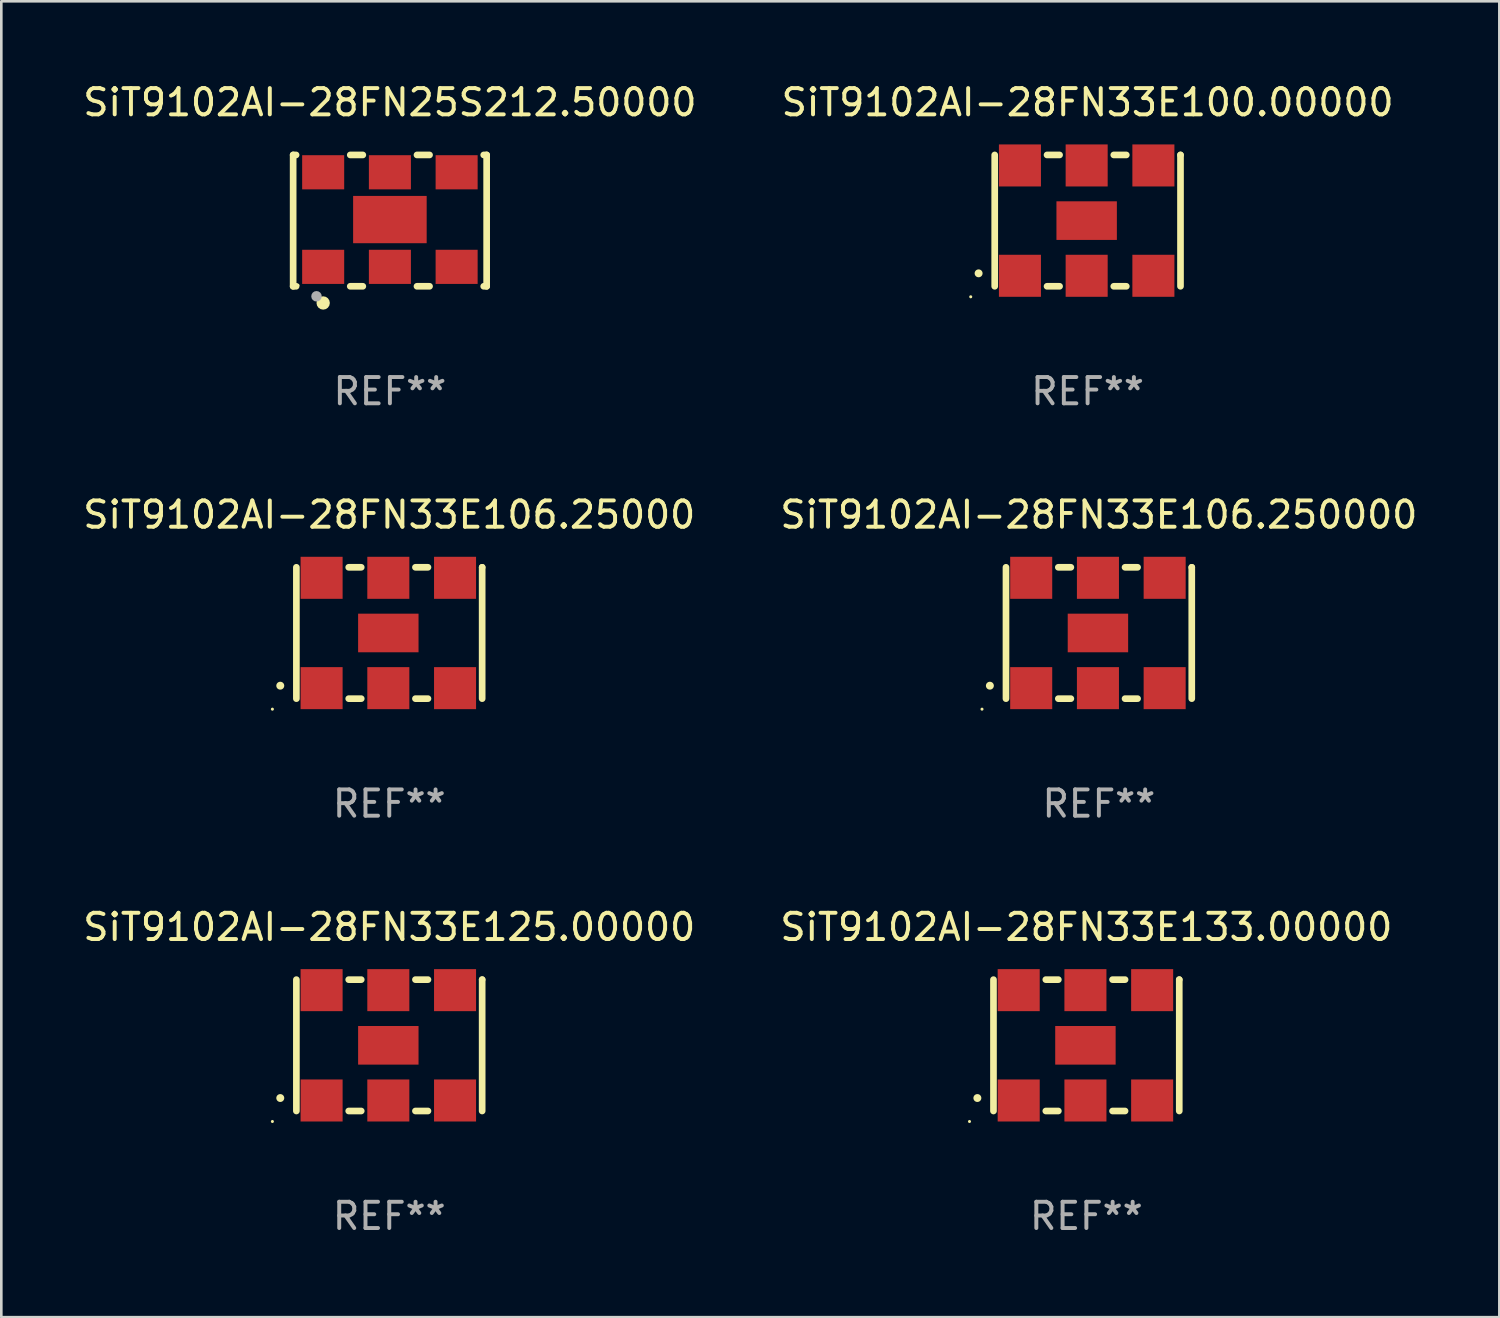
<source format=kicad_pcb>
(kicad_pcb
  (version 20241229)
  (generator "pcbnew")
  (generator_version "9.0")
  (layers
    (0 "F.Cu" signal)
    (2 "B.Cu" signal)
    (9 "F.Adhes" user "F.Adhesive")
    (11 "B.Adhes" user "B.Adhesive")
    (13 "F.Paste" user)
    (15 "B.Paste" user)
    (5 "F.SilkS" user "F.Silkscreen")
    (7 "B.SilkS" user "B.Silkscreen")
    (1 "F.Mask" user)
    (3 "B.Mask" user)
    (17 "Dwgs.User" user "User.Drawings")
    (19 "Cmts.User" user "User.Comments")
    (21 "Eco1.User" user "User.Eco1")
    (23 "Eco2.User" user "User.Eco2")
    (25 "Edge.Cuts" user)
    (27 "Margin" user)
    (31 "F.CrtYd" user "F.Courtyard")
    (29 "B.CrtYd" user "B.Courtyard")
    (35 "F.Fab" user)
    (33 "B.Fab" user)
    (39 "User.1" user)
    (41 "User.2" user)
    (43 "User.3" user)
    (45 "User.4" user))
  (footprint "SiT9102AI-28FN25S212.50000"
    (layer "F.Cu")
    (at 11.792 5.348)
    (property "Reference" "SiT9102AI-28FN25S212.50000" (at 0 -4.5 0) (layer "F.SilkS") (effects (font (size 1 1) (thickness 0.15))))
    (attr through_hole)
    (fp_line (start -3.683 -2.5) (end -3.571 -2.5) (stroke (width 0.254) (type solid)) (layer "F.SilkS"))
    (fp_line (start -3.683 2.5) (end -3.683 -2.5) (stroke (width 0.254) (type solid)) (layer "F.SilkS"))
    (fp_line (start -3.683 2.5) (end -3.571 2.5) (stroke (width 0.254) (type solid)) (layer "F.SilkS"))
    (fp_line (start -1.509 -2.5) (end -1.031 -2.5) (stroke (width 0.254) (type solid)) (layer "F.SilkS"))
    (fp_line (start -1.509 2.5) (end -1.031 2.5) (stroke (width 0.254) (type solid)) (layer "F.SilkS"))
    (fp_line (start 1.031 -2.5) (end 1.509 -2.5) (stroke (width 0.254) (type solid)) (layer "F.SilkS"))
    (fp_line (start 1.031 2.5) (end 1.509 2.5) (stroke (width 0.254) (type solid)) (layer "F.SilkS"))
    (fp_line (start 3.571 -2.5) (end 3.683 -2.5) (stroke (width 0.254) (type solid)) (layer "F.SilkS"))
    (fp_line (start 3.571 2.5) (end 3.683 2.5) (stroke (width 0.254) (type solid)) (layer "F.SilkS"))
    (fp_line (start 3.683 2.5) (end 3.683 -2.5) (stroke (width 0.254) (type solid)) (layer "F.SilkS"))
    (fp_circle (center -3.5 2.46) (end -3.47 2.46) (stroke (width 0.06) (type solid)) (fill no) (layer "F.SilkS"))
    (fp_circle (center -2.54 3.135) (end -2.413 3.135) (stroke (width 0.254) (type solid)) (fill no) (layer "F.SilkS"))
    (fp_circle (center -2.794 2.881) (end -2.694 2.881) (stroke (width 0.2) (type solid)) (fill no) (layer "F.Fab"))
    (fp_text user "REF**" (at 0 6.5 0) (layer "F.Fab") (effects (font (size 1 1) (thickness 0.15))))
    (pad "1" smd rect (at -2.54 1.76) (size 1.6 1.3) (layers "F.Cu" "F.Mask" "F.Paste"))
    (pad "2" smd rect (at 0 1.76) (size 1.6 1.3) (layers "F.Cu" "F.Mask" "F.Paste"))
    (pad "3" smd rect (at 2.54 1.76) (size 1.6 1.3) (layers "F.Cu" "F.Mask" "F.Paste"))
    (pad "4" smd rect (at 2.54 -1.84) (size 1.6 1.3) (layers "F.Cu" "F.Mask" "F.Paste"))
    (pad "5" smd rect (at 0 -1.84) (size 1.6 1.3) (layers "F.Cu" "F.Mask" "F.Paste"))
    (pad "6" smd rect (at -2.54 -1.84) (size 1.6 1.3) (layers "F.Cu" "F.Mask" "F.Paste"))
    (pad "7" smd rect (at 0 -0.04) (size 2.8 1.8) (layers "F.Cu" "F.Mask" "F.Paste")))
  (footprint "SiT9102AI-28FN33E100.00000"
    (layer "F.Cu")
    (at 38.351 5.348)
    (property "Reference" "SiT9102AI-28FN33E100.00000" (at 0 -4.5 0) (layer "F.SilkS") (effects (font (size 1 1) (thickness 0.15))))
    (attr through_hole)
    (fp_line (start -3.536 -2.5) (end -3.536 2.5) (stroke (width 0.254) (type solid)) (layer "F.SilkS"))
    (fp_line (start -1.544 2.5) (end -1.067 2.5) (stroke (width 0.254) (type solid)) (layer "F.SilkS"))
    (fp_line (start -1.067 -2.5) (end -1.544 -2.5) (stroke (width 0.254) (type solid)) (layer "F.SilkS"))
    (fp_line (start 0.996 2.5) (end 1.473 2.5) (stroke (width 0.254) (type solid)) (layer "F.SilkS"))
    (fp_line (start 1.473 -2.5) (end 0.996 -2.5) (stroke (width 0.254) (type solid)) (layer "F.SilkS"))
    (fp_line (start 3.536 -2.5) (end 3.536 -2.5) (stroke (width 0.254) (type solid)) (layer "F.SilkS"))
    (fp_line (start 3.536 2.5) (end 3.536 -2.5) (stroke (width 0.254) (type solid)) (layer "F.SilkS"))
    (fp_arc (start -4.150432 2.006604) (mid -4.149162 2.006599) (end -4.147892 2.006604) (stroke (width 0.3) (type solid)) (layer "F.SilkS"))
    (fp_circle (center -4.449 2.9) (end -4.419 2.9) (stroke (width 0.06) (type solid)) (fill no) (layer "F.SilkS"))
    (fp_text user "REF**" (at 0 6.5 0) (layer "F.Fab") (effects (font (size 1 1) (thickness 0.15))))
    (pad "1" smd rect (at -2.576 2.1) (size 1.6 1.6) (layers "F.Cu" "F.Mask" "F.Paste"))
    (pad "2" smd rect (at -0.036 2.1) (size 1.6 1.6) (layers "F.Cu" "F.Mask" "F.Paste"))
    (pad "3" smd rect (at 2.504 2.1) (size 1.6 1.6) (layers "F.Cu" "F.Mask" "F.Paste"))
    (pad "4" smd rect (at 2.504 -2.1) (size 1.6 1.6) (layers "F.Cu" "F.Mask" "F.Paste"))
    (pad "5" smd rect (at -0.036 -2.1) (size 1.6 1.6) (layers "F.Cu" "F.Mask" "F.Paste"))
    (pad "6" smd rect (at -2.576 -2.1) (size 1.6 1.6) (layers "F.Cu" "F.Mask" "F.Paste"))
    (pad "7" smd rect (at -0.036 0) (size 2.3 1.47) (layers "F.Cu" "F.Mask" "F.Paste")))
  (footprint "SiT9102AI-28FN33E125.00000"
    (layer "F.Cu")
    (at 11.768 36.741)
    (property "Reference" "SiT9102AI-28FN33E125.00000" (at 0 -4.5 0) (layer "F.SilkS") (effects (font (size 1 1) (thickness 0.15))))
    (attr through_hole)
    (fp_line (start -3.536 -2.5) (end -3.536 2.5) (stroke (width 0.254) (type solid)) (layer "F.SilkS"))
    (fp_line (start -1.544 2.5) (end -1.067 2.5) (stroke (width 0.254) (type solid)) (layer "F.SilkS"))
    (fp_line (start -1.067 -2.5) (end -1.544 -2.5) (stroke (width 0.254) (type solid)) (layer "F.SilkS"))
    (fp_line (start 0.996 2.5) (end 1.473 2.5) (stroke (width 0.254) (type solid)) (layer "F.SilkS"))
    (fp_line (start 1.473 -2.5) (end 0.996 -2.5) (stroke (width 0.254) (type solid)) (layer "F.SilkS"))
    (fp_line (start 3.536 -2.5) (end 3.536 -2.5) (stroke (width 0.254) (type solid)) (layer "F.SilkS"))
    (fp_line (start 3.536 2.5) (end 3.536 -2.5) (stroke (width 0.254) (type solid)) (layer "F.SilkS"))
    (fp_arc (start -4.150432 2.006604) (mid -4.149162 2.006599) (end -4.147892 2.006604) (stroke (width 0.3) (type solid)) (layer "F.SilkS"))
    (fp_circle (center -4.449 2.9) (end -4.419 2.9) (stroke (width 0.06) (type solid)) (fill no) (layer "F.SilkS"))
    (fp_text user "REF**" (at 0 6.5 0) (layer "F.Fab") (effects (font (size 1 1) (thickness 0.15))))
    (pad "1" smd rect (at -2.576 2.1) (size 1.6 1.6) (layers "F.Cu" "F.Mask" "F.Paste"))
    (pad "2" smd rect (at -0.036 2.1) (size 1.6 1.6) (layers "F.Cu" "F.Mask" "F.Paste"))
    (pad "3" smd rect (at 2.504 2.1) (size 1.6 1.6) (layers "F.Cu" "F.Mask" "F.Paste"))
    (pad "4" smd rect (at 2.504 -2.1) (size 1.6 1.6) (layers "F.Cu" "F.Mask" "F.Paste"))
    (pad "5" smd rect (at -0.036 -2.1) (size 1.6 1.6) (layers "F.Cu" "F.Mask" "F.Paste"))
    (pad "6" smd rect (at -2.576 -2.1) (size 1.6 1.6) (layers "F.Cu" "F.Mask" "F.Paste"))
    (pad "7" smd rect (at -0.036 0) (size 2.3 1.47) (layers "F.Cu" "F.Mask" "F.Paste")))
  (footprint "SiT9102AI-28FN33E106.25000"
    (layer "F.Cu")
    (at 11.768 21.045)
    (property "Reference" "SiT9102AI-28FN33E106.25000" (at 0 -4.5 0) (layer "F.SilkS") (effects (font (size 1 1) (thickness 0.15))))
    (attr through_hole)
    (fp_line (start -3.536 -2.5) (end -3.536 2.5) (stroke (width 0.254) (type solid)) (layer "F.SilkS"))
    (fp_line (start -1.544 2.5) (end -1.067 2.5) (stroke (width 0.254) (type solid)) (layer "F.SilkS"))
    (fp_line (start -1.067 -2.5) (end -1.544 -2.5) (stroke (width 0.254) (type solid)) (layer "F.SilkS"))
    (fp_line (start 0.996 2.5) (end 1.473 2.5) (stroke (width 0.254) (type solid)) (layer "F.SilkS"))
    (fp_line (start 1.473 -2.5) (end 0.996 -2.5) (stroke (width 0.254) (type solid)) (layer "F.SilkS"))
    (fp_line (start 3.536 -2.5) (end 3.536 -2.5) (stroke (width 0.254) (type solid)) (layer "F.SilkS"))
    (fp_line (start 3.536 2.5) (end 3.536 -2.5) (stroke (width 0.254) (type solid)) (layer "F.SilkS"))
    (fp_arc (start -4.150432 2.006604) (mid -4.149162 2.006599) (end -4.147892 2.006604) (stroke (width 0.3) (type solid)) (layer "F.SilkS"))
    (fp_circle (center -4.449 2.9) (end -4.419 2.9) (stroke (width 0.06) (type solid)) (fill no) (layer "F.SilkS"))
    (fp_text user "REF**" (at 0 6.5 0) (layer "F.Fab") (effects (font (size 1 1) (thickness 0.15))))
    (pad "1" smd rect (at -2.576 2.1) (size 1.6 1.6) (layers "F.Cu" "F.Mask" "F.Paste"))
    (pad "2" smd rect (at -0.036 2.1) (size 1.6 1.6) (layers "F.Cu" "F.Mask" "F.Paste"))
    (pad "3" smd rect (at 2.504 2.1) (size 1.6 1.6) (layers "F.Cu" "F.Mask" "F.Paste"))
    (pad "4" smd rect (at 2.504 -2.1) (size 1.6 1.6) (layers "F.Cu" "F.Mask" "F.Paste"))
    (pad "5" smd rect (at -0.036 -2.1) (size 1.6 1.6) (layers "F.Cu" "F.Mask" "F.Paste"))
    (pad "6" smd rect (at -2.576 -2.1) (size 1.6 1.6) (layers "F.Cu" "F.Mask" "F.Paste"))
    (pad "7" smd rect (at -0.036 0) (size 2.3 1.47) (layers "F.Cu" "F.Mask" "F.Paste")))
  (footprint "SiT9102AI-28FN33E106.250000"
    (layer "F.Cu")
    (at 38.78 21.045)
    (property "Reference" "SiT9102AI-28FN33E106.250000" (at 0 -4.5 0) (layer "F.SilkS") (effects (font (size 1 1) (thickness 0.15))))
    (attr through_hole)
    (fp_line (start -3.536 -2.5) (end -3.536 2.5) (stroke (width 0.254) (type solid)) (layer "F.SilkS"))
    (fp_line (start -1.544 2.5) (end -1.067 2.5) (stroke (width 0.254) (type solid)) (layer "F.SilkS"))
    (fp_line (start -1.067 -2.5) (end -1.544 -2.5) (stroke (width 0.254) (type solid)) (layer "F.SilkS"))
    (fp_line (start 0.996 2.5) (end 1.473 2.5) (stroke (width 0.254) (type solid)) (layer "F.SilkS"))
    (fp_line (start 1.473 -2.5) (end 0.996 -2.5) (stroke (width 0.254) (type solid)) (layer "F.SilkS"))
    (fp_line (start 3.536 -2.5) (end 3.536 -2.5) (stroke (width 0.254) (type solid)) (layer "F.SilkS"))
    (fp_line (start 3.536 2.5) (end 3.536 -2.5) (stroke (width 0.254) (type solid)) (layer "F.SilkS"))
    (fp_arc (start -4.150432 2.006604) (mid -4.149162 2.006599) (end -4.147892 2.006604) (stroke (width 0.3) (type solid)) (layer "F.SilkS"))
    (fp_circle (center -4.449 2.9) (end -4.419 2.9) (stroke (width 0.06) (type solid)) (fill no) (layer "F.SilkS"))
    (fp_text user "REF**" (at 0 6.5 0) (layer "F.Fab") (effects (font (size 1 1) (thickness 0.15))))
    (pad "1" smd rect (at -2.576 2.1) (size 1.6 1.6) (layers "F.Cu" "F.Mask" "F.Paste"))
    (pad "2" smd rect (at -0.036 2.1) (size 1.6 1.6) (layers "F.Cu" "F.Mask" "F.Paste"))
    (pad "3" smd rect (at 2.504 2.1) (size 1.6 1.6) (layers "F.Cu" "F.Mask" "F.Paste"))
    (pad "4" smd rect (at 2.504 -2.1) (size 1.6 1.6) (layers "F.Cu" "F.Mask" "F.Paste"))
    (pad "5" smd rect (at -0.036 -2.1) (size 1.6 1.6) (layers "F.Cu" "F.Mask" "F.Paste"))
    (pad "6" smd rect (at -2.576 -2.1) (size 1.6 1.6) (layers "F.Cu" "F.Mask" "F.Paste"))
    (pad "7" smd rect (at -0.036 0) (size 2.3 1.47) (layers "F.Cu" "F.Mask" "F.Paste")))
  (footprint "SiT9102AI-28FN33E133.00000"
    (layer "F.Cu")
    (at 38.304 36.741)
    (property "Reference" "SiT9102AI-28FN33E133.00000" (at 0 -4.5 0) (layer "F.SilkS") (effects (font (size 1 1) (thickness 0.15))))
    (attr through_hole)
    (fp_line (start -3.536 -2.5) (end -3.536 2.5) (stroke (width 0.254) (type solid)) (layer "F.SilkS"))
    (fp_line (start -1.544 2.5) (end -1.067 2.5) (stroke (width 0.254) (type solid)) (layer "F.SilkS"))
    (fp_line (start -1.067 -2.5) (end -1.544 -2.5) (stroke (width 0.254) (type solid)) (layer "F.SilkS"))
    (fp_line (start 0.996 2.5) (end 1.473 2.5) (stroke (width 0.254) (type solid)) (layer "F.SilkS"))
    (fp_line (start 1.473 -2.5) (end 0.996 -2.5) (stroke (width 0.254) (type solid)) (layer "F.SilkS"))
    (fp_line (start 3.536 -2.5) (end 3.536 -2.5) (stroke (width 0.254) (type solid)) (layer "F.SilkS"))
    (fp_line (start 3.536 2.5) (end 3.536 -2.5) (stroke (width 0.254) (type solid)) (layer "F.SilkS"))
    (fp_arc (start -4.150432 2.006604) (mid -4.149162 2.006599) (end -4.147892 2.006604) (stroke (width 0.3) (type solid)) (layer "F.SilkS"))
    (fp_circle (center -4.449 2.9) (end -4.419 2.9) (stroke (width 0.06) (type solid)) (fill no) (layer "F.SilkS"))
    (fp_text user "REF**" (at 0 6.5 0) (layer "F.Fab") (effects (font (size 1 1) (thickness 0.15))))
    (pad "1" smd rect (at -2.576 2.1) (size 1.6 1.6) (layers "F.Cu" "F.Mask" "F.Paste"))
    (pad "2" smd rect (at -0.036 2.1) (size 1.6 1.6) (layers "F.Cu" "F.Mask" "F.Paste"))
    (pad "3" smd rect (at 2.504 2.1) (size 1.6 1.6) (layers "F.Cu" "F.Mask" "F.Paste"))
    (pad "4" smd rect (at 2.504 -2.1) (size 1.6 1.6) (layers "F.Cu" "F.Mask" "F.Paste"))
    (pad "5" smd rect (at -0.036 -2.1) (size 1.6 1.6) (layers "F.Cu" "F.Mask" "F.Paste"))
    (pad "6" smd rect (at -2.576 -2.1) (size 1.6 1.6) (layers "F.Cu" "F.Mask" "F.Paste"))
    (pad "7" smd rect (at -0.036 0) (size 2.3 1.47) (layers "F.Cu" "F.Mask" "F.Paste")))
  (gr_rect
    (start -3 -3)
    (end 54.024 47.09)
    (stroke (width 0.1) (type default))
    (fill no)
    (layer "Edge.Cuts")))
</source>
